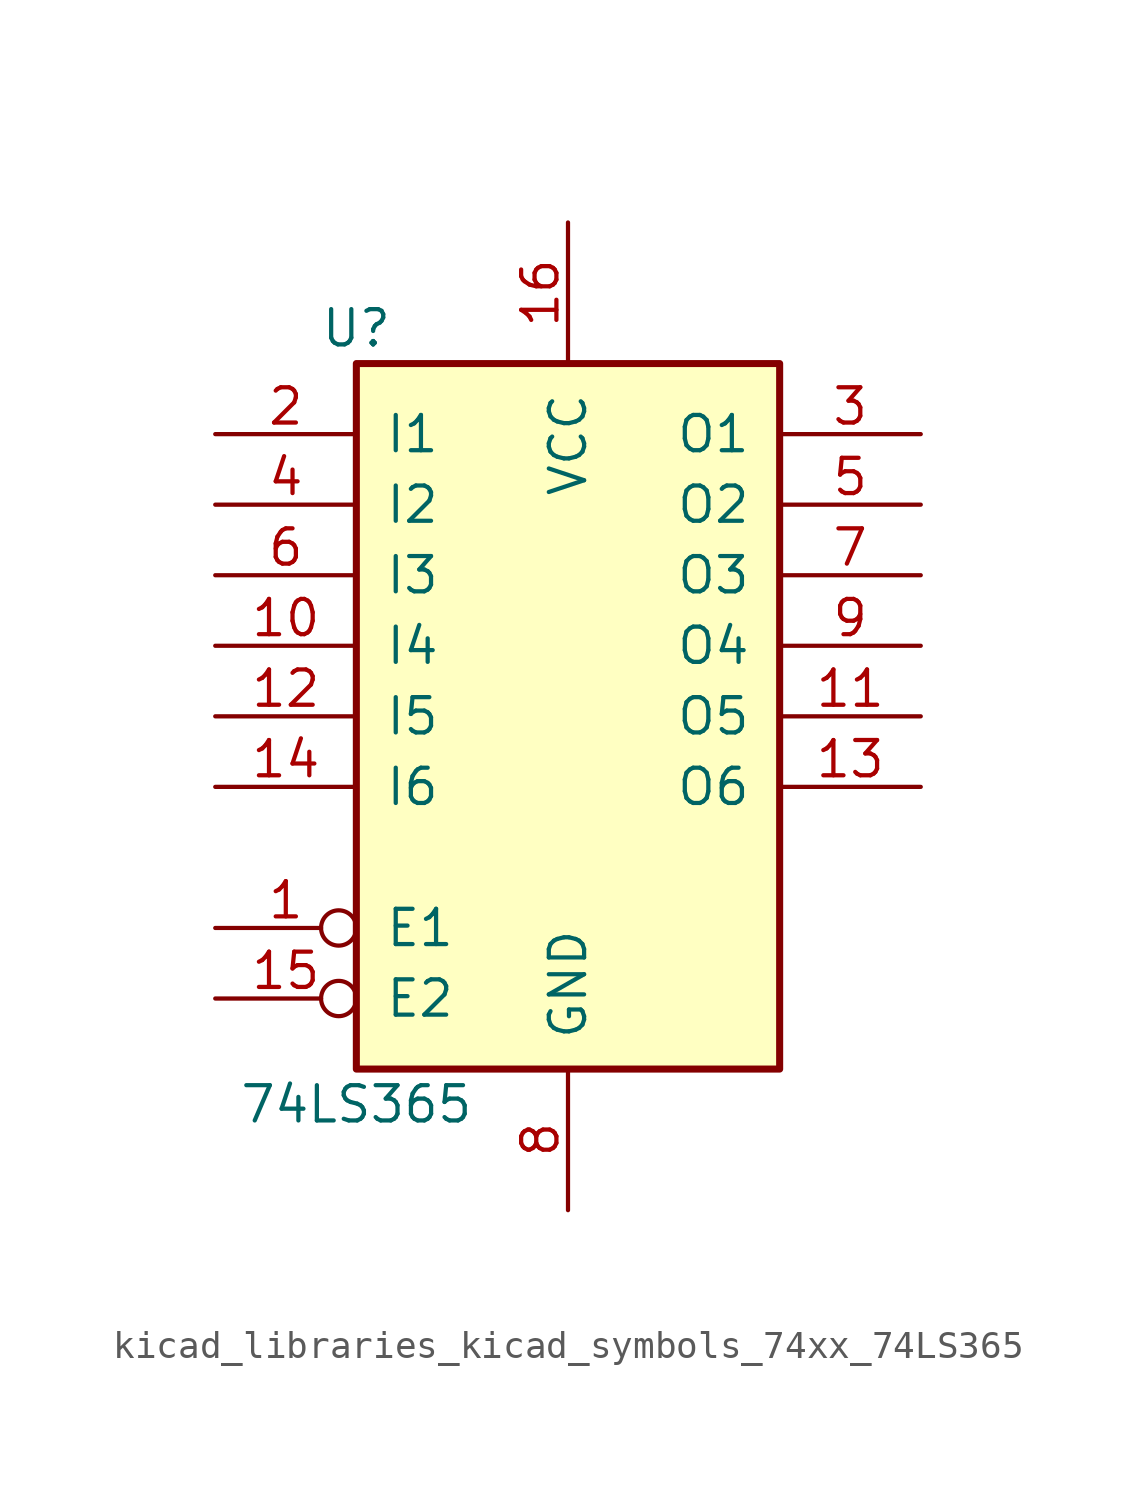
<source format=kicad_sym>
(kicad_symbol_lib
  (version 20220914)
  (generator kicad_symbol_editor)
  (symbol "kicad_libraries_kicad_symbols_74xx_74LS365"
    (pin_names
      (offset 1.016))
    (property "Reference" "U"
      (at -7.62 13.97 0)
      (effects (font (size 1.27 1.27))))
    (property "Value" "74LS365"
      (at -7.62 -13.97 0)
      (effects (font (size 1.27 1.27))))
    (property "ki_locked" ""
      (at 0 0 0)
      (effects (font (size 1.27 1.27))))
    (symbol "kicad_libraries_kicad_symbols_74xx_74LS365_1_0"
      (pin input inverted (at -12.7 -7.62 0) (length 5.08) (name "E1" (effects (font (size 1.27 1.27)))) (number "1" (effects (font (size 1.27 1.27)))))
      (pin input line (at -12.7 2.54 0) (length 5.08) (name "I4" (effects (font (size 1.27 1.27)))) (number "10" (effects (font (size 1.27 1.27)))))
      (pin tri_state line (at 12.7 0 180) (length 5.08) (name "O5" (effects (font (size 1.27 1.27)))) (number "11" (effects (font (size 1.27 1.27)))))
      (pin input line (at -12.7 0 0) (length 5.08) (name "I5" (effects (font (size 1.27 1.27)))) (number "12" (effects (font (size 1.27 1.27)))))
      (pin tri_state line (at 12.7 -2.54 180) (length 5.08) (name "O6" (effects (font (size 1.27 1.27)))) (number "13" (effects (font (size 1.27 1.27)))))
      (pin input line (at -12.7 -2.54 0) (length 5.08) (name "I6" (effects (font (size 1.27 1.27)))) (number "14" (effects (font (size 1.27 1.27)))))
      (pin input inverted (at -12.7 -10.16 0) (length 5.08) (name "E2" (effects (font (size 1.27 1.27)))) (number "15" (effects (font (size 1.27 1.27)))))
      (pin power_in line (at 0 17.78 270) (length 5.08) (name "VCC" (effects (font (size 1.27 1.27)))) (number "16" (effects (font (size 1.27 1.27)))))
      (pin input line (at -12.7 10.16 0) (length 5.08) (name "I1" (effects (font (size 1.27 1.27)))) (number "2" (effects (font (size 1.27 1.27)))))
      (pin tri_state line (at 12.7 10.16 180) (length 5.08) (name "O1" (effects (font (size 1.27 1.27)))) (number "3" (effects (font (size 1.27 1.27)))))
      (pin input line (at -12.7 7.62 0) (length 5.08) (name "I2" (effects (font (size 1.27 1.27)))) (number "4" (effects (font (size 1.27 1.27)))))
      (pin tri_state line (at 12.7 7.62 180) (length 5.08) (name "O2" (effects (font (size 1.27 1.27)))) (number "5" (effects (font (size 1.27 1.27)))))
      (pin input line (at -12.7 5.08 0) (length 5.08) (name "I3" (effects (font (size 1.27 1.27)))) (number "6" (effects (font (size 1.27 1.27)))))
      (pin tri_state line (at 12.7 5.08 180) (length 5.08) (name "O3" (effects (font (size 1.27 1.27)))) (number "7" (effects (font (size 1.27 1.27)))))
      (pin power_in line (at 0 -17.78 90) (length 5.08) (name "GND" (effects (font (size 1.27 1.27)))) (number "8" (effects (font (size 1.27 1.27)))))
      (pin tri_state line (at 12.7 2.54 180) (length 5.08) (name "O4" (effects (font (size 1.27 1.27)))) (number "9" (effects (font (size 1.27 1.27))))))
    (symbol "kicad_libraries_kicad_symbols_74xx_74LS365_1_1"
      (rectangle (start -7.62 12.7) (end 7.62 -12.7) (stroke (width 0.254) (type default)) (fill (type background))))))
</source>
